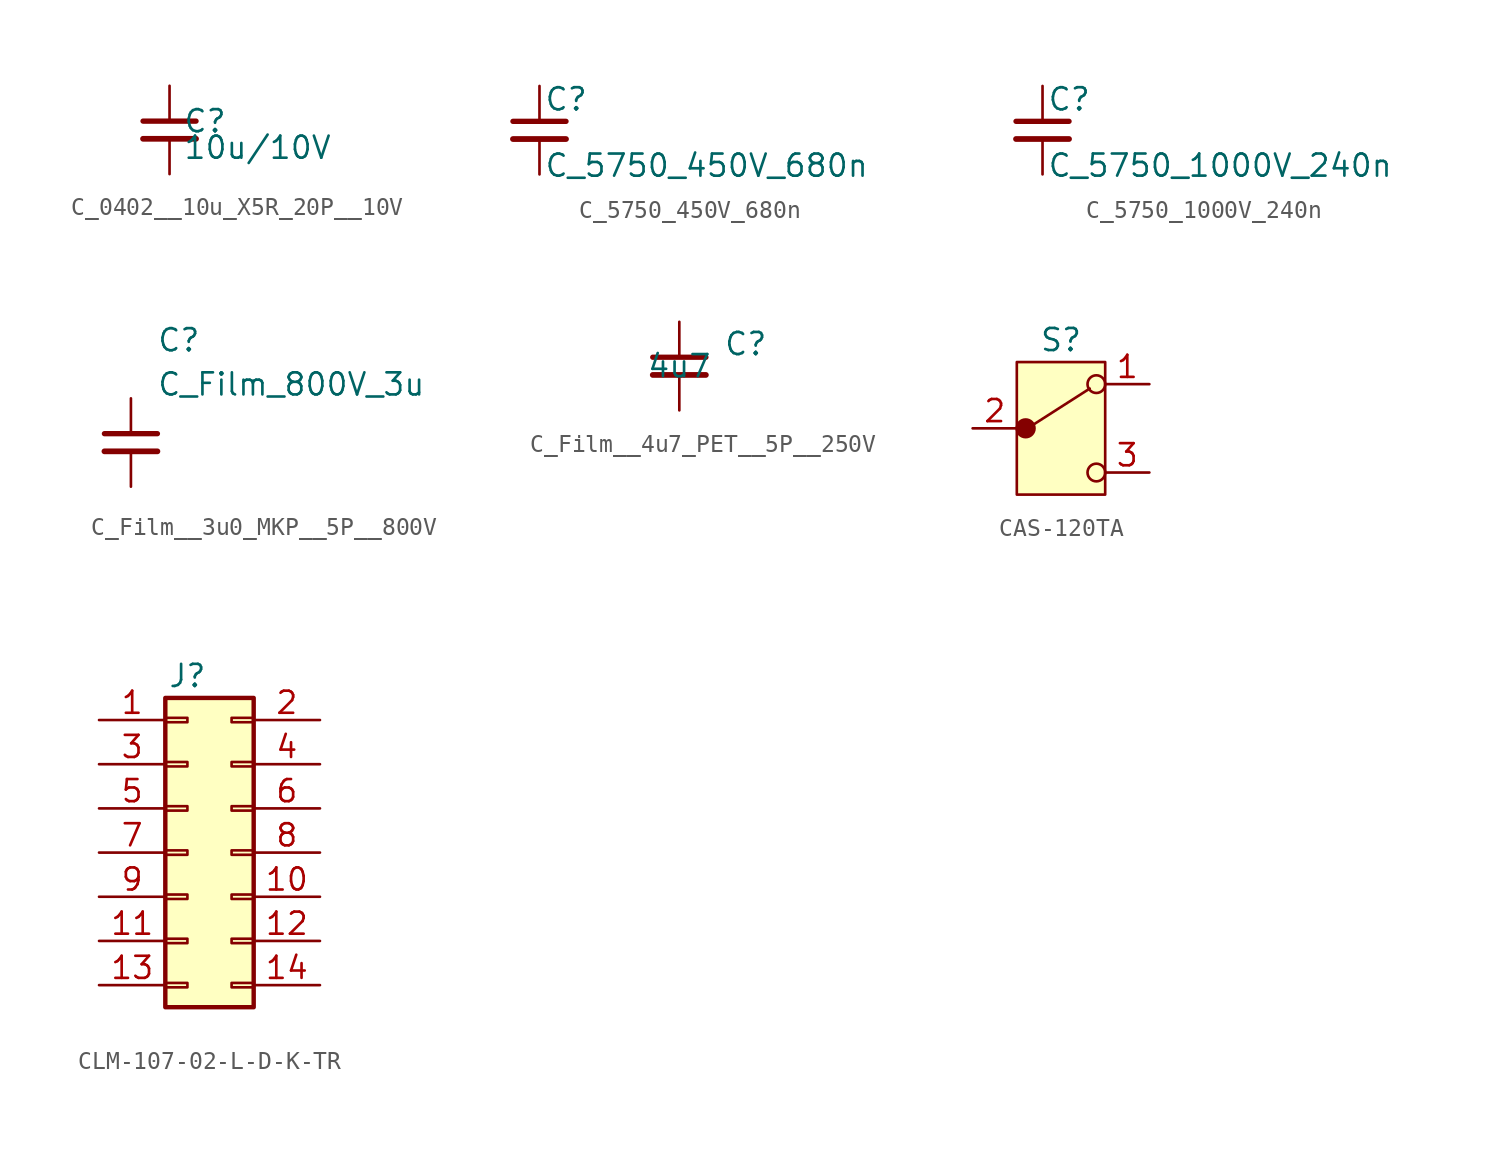
<source format=kicad_sym>
(kicad_symbol_lib
  (version 20220914)
  (generator kicad_symbol_editor)
  (symbol "C_0402__10u_X5R_20P__10V"
    (pin_numbers hide)
    (pin_names
      (offset 0.254) hide)
    (property "Reference" "C"
      (at 0.762 0.508 0)
      (effects (font (size 1.27 1.27)) (justify left)))
    (property "Value" "10u/10V"
      (at 0.762 -1.016 0)
      (effects (font (size 1.27 1.27)) (justify left)))
    (symbol "C_0402__10u_X5R_20P__10V_0_1"
      (polyline (pts (xy -1.524 -0.508) (xy 1.524 -0.508)) (stroke (width 0.33) (type default)) (fill (type none)))
      (polyline (pts (xy -1.524 0.508) (xy 1.524 0.508)) (stroke (width 0.305) (type default)) (fill (type none))))
    (symbol "C_0402__10u_X5R_20P__10V_1_1"
      (pin passive line (at 0 2.54 270) (length 2.032) (name "1" (effects (font (size 1.27 1.27)))) (number "1" (effects (font (size 1.27 1.27)))))
      (pin passive line (at 0 -2.54 90) (length 2.032) (name "2" (effects (font (size 1.27 1.27)))) (number "2" (effects (font (size 1.27 1.27)))))))
  (symbol "C_5750_450V_680n"
    (pin_numbers hide)
    (pin_names
      (offset 0.254) hide)
    (property "Reference" "C"
      (at 0.254 1.778 0)
      (effects (font (size 1.27 1.27)) (justify left)))
    (property "Value" "C_5750_450V_680n"
      (at 0.254 -2.032 0)
      (effects (font (size 1.27 1.27)) (justify left)))
    (symbol "C_5750_450V_680n_0_1"
      (polyline (pts (xy -1.524 -0.508) (xy 1.524 -0.508)) (stroke (width 0.33) (type default)) (fill (type none)))
      (polyline (pts (xy -1.524 0.508) (xy 1.524 0.508)) (stroke (width 0.305) (type default)) (fill (type none))))
    (symbol "C_5750_450V_680n_1_1"
      (pin passive line (at 0 2.54 270) (length 2.032) (name "1" (effects (font (size 1.27 1.27)))) (number "1" (effects (font (size 1.27 1.27)))))
      (pin passive line (at 0 -2.54 90) (length 2.032) (name "2" (effects (font (size 1.27 1.27)))) (number "2" (effects (font (size 1.27 1.27)))))))
  (symbol "C_5750_1000V_240n"
    (pin_numbers hide)
    (pin_names
      (offset 0.254) hide)
    (property "Reference" "C"
      (at 0.254 1.778 0)
      (effects (font (size 1.27 1.27)) (justify left)))
    (property "Value" "C_5750_1000V_240n"
      (at 0.254 -2.032 0)
      (effects (font (size 1.27 1.27)) (justify left)))
    (symbol "C_5750_1000V_240n_0_1"
      (polyline (pts (xy -1.524 -0.508) (xy 1.524 -0.508)) (stroke (width 0.33) (type default)) (fill (type none)))
      (polyline (pts (xy -1.524 0.508) (xy 1.524 0.508)) (stroke (width 0.305) (type default)) (fill (type none))))
    (symbol "C_5750_1000V_240n_1_1"
      (pin passive line (at 0 2.54 270) (length 2.032) (name "1" (effects (font (size 1.27 1.27)))) (number "1" (effects (font (size 1.27 1.27)))))
      (pin passive line (at 0 -2.54 90) (length 2.032) (name "2" (effects (font (size 1.27 1.27)))) (number "2" (effects (font (size 1.27 1.27)))))))
  (symbol "C_Film__3u0_MKP__5P__800V"
    (pin_numbers hide)
    (pin_names hide)
    (property "Reference" "C"
      (at 1.473 6.68 0)
      (effects (font (size 1.27 1.27)) (justify left top)))
    (property "Value" "C_Film_800V_3u"
      (at 1.473 4.14 0)
      (effects (font (size 1.27 1.27)) (justify left top)))
    (symbol "C_Film__3u0_MKP__5P__800V_0_1"
      (polyline (pts (xy -1.524 -0.457) (xy 1.524 -0.457)) (stroke (width 0.33) (type default)) (fill (type none)))
      (polyline (pts (xy -1.524 0.559) (xy 1.524 0.559)) (stroke (width 0.305) (type default)) (fill (type none))))
    (symbol "C_Film__3u0_MKP__5P__800V_1_1"
      (pin passive line (at 0 2.591 270) (length 2.032) (name "1" (effects (font (size 1.27 1.27)))) (number "1" (effects (font (size 1.27 1.27)))))
      (pin passive line (at 0 -2.489 90) (length 2.032) (name "2" (effects (font (size 1.27 1.27)))) (number "2" (effects (font (size 1.27 1.27)))))))
  (symbol "C_Film__4u7_PET__5P__250V"
    (pin_numbers hide)
    (pin_names
      (offset 0) hide)
    (property "Reference" "C"
      (at 3.81 1.27 0)
      (effects (font (size 1.27 1.27))))
    (property "Value" "4u7"
      (at 0 0 0)
      (effects (font (size 1.27 1.27))))
    (symbol "C_Film__4u7_PET__5P__250V_0_1"
      (polyline (pts (xy -1.524 -0.508) (xy 1.524 -0.508)) (stroke (width 0.33) (type default)) (fill (type none)))
      (polyline (pts (xy -1.524 0.508) (xy 1.524 0.508)) (stroke (width 0.305) (type default)) (fill (type none))))
    (symbol "C_Film__4u7_PET__5P__250V_1_1"
      (pin passive line (at 0 2.54 270) (length 2.032) (name "1" (effects (font (size 1.27 1.27)))) (number "1" (effects (font (size 1.27 1.27)))))
      (pin passive line (at 0 -2.54 90) (length 2.032) (name "2" (effects (font (size 1.27 1.27)))) (number "2" (effects (font (size 1.27 1.27)))))))
  (symbol "CAS-120TA"
    (pin_names hide)
    (property "Reference" "S"
      (at 0 5.08 0)
      (effects (font (size 1.27 1.27))))
    (symbol "CAS-120TA_1_1"
      (circle (center -2.032 0) (radius 0.508) (stroke (width 0) (type default)) (fill (type outline)))
      (polyline (pts (xy -1.524 0.254) (xy 1.651 2.286)) (stroke (width 0) (type default)) (fill (type none)))
      (circle (center 2.032 -2.54) (radius 0.508) (stroke (width 0) (type default)) (fill (type none)))
      (circle (center 2.032 2.54) (radius 0.508) (stroke (width 0) (type default)) (fill (type none)))
      (rectangle (start 2.54 -3.81) (end -2.54 3.81) (stroke (width 0) (type default)) (fill (type background)))
      (pin passive line (at 5.08 2.54 180) (length 2.54) (name "1" (effects (font (size 1.27 1.27)))) (number "1" (effects (font (size 1.27 1.27)))))
      (pin passive line (at -5.08 0 0) (length 2.54) (name "2" (effects (font (size 1.27 1.27)))) (number "2" (effects (font (size 1.27 1.27)))))
      (pin passive line (at 5.08 -2.54 180) (length 2.54) (name "3" (effects (font (size 1.27 1.27)))) (number "3" (effects (font (size 1.27 1.27)))))))
  (symbol "CLM-107-02-L-D-K-TR"
    (pin_names hide)
    (property "Reference" "J"
      (at -1.27 12.7 0)
      (effects (font (size 1.27 1.27))))
    (symbol "CLM-107-02-L-D-K-TR_1_1"
      (rectangle (start -2.54 -4.953) (end -1.27 -5.207) (stroke (width 0.152) (type default)) (fill (type none)))
      (rectangle (start -2.54 -2.413) (end -1.27 -2.667) (stroke (width 0.152) (type default)) (fill (type none)))
      (rectangle (start -2.54 0.127) (end -1.27 -0.127) (stroke (width 0.152) (type default)) (fill (type none)))
      (rectangle (start -2.54 2.667) (end -1.27 2.413) (stroke (width 0.152) (type default)) (fill (type none)))
      (rectangle (start -2.54 5.207) (end -1.27 4.953) (stroke (width 0.152) (type default)) (fill (type none)))
      (rectangle (start -2.54 7.747) (end -1.27 7.493) (stroke (width 0.152) (type default)) (fill (type none)))
      (rectangle (start -2.54 10.287) (end -1.27 10.033) (stroke (width 0.152) (type default)) (fill (type none)))
      (rectangle (start -2.54 11.43) (end 2.54 -6.35) (stroke (width 0.254) (type default)) (fill (type background)))
      (rectangle (start 2.54 -4.953) (end 1.27 -5.207) (stroke (width 0.152) (type default)) (fill (type none)))
      (rectangle (start 2.54 -2.413) (end 1.27 -2.667) (stroke (width 0.152) (type default)) (fill (type none)))
      (rectangle (start 2.54 0.127) (end 1.27 -0.127) (stroke (width 0.152) (type default)) (fill (type none)))
      (rectangle (start 2.54 2.667) (end 1.27 2.413) (stroke (width 0.152) (type default)) (fill (type none)))
      (rectangle (start 2.54 5.207) (end 1.27 4.953) (stroke (width 0.152) (type default)) (fill (type none)))
      (rectangle (start 2.54 7.747) (end 1.27 7.493) (stroke (width 0.152) (type default)) (fill (type none)))
      (rectangle (start 2.54 10.287) (end 1.27 10.033) (stroke (width 0.152) (type default)) (fill (type none)))
      (pin passive line (at -6.35 10.16 0) (length 3.81) (name "1" (effects (font (size 1.27 1.27)))) (number "1" (effects (font (size 1.27 1.27)))))
      (pin passive line (at 6.35 0 180) (length 3.81) (name "10" (effects (font (size 1.27 1.27)))) (number "10" (effects (font (size 1.27 1.27)))))
      (pin passive line (at -6.35 -2.54 0) (length 3.81) (name "11" (effects (font (size 1.27 1.27)))) (number "11" (effects (font (size 1.27 1.27)))))
      (pin passive line (at 6.35 -2.54 180) (length 3.81) (name "12" (effects (font (size 1.27 1.27)))) (number "12" (effects (font (size 1.27 1.27)))))
      (pin passive line (at -6.35 -5.08 0) (length 3.81) (name "13" (effects (font (size 1.27 1.27)))) (number "13" (effects (font (size 1.27 1.27)))))
      (pin passive line (at 6.35 -5.08 180) (length 3.81) (name "14" (effects (font (size 1.27 1.27)))) (number "14" (effects (font (size 1.27 1.27)))))
      (pin passive line (at 6.35 10.16 180) (length 3.81) (name "2" (effects (font (size 1.27 1.27)))) (number "2" (effects (font (size 1.27 1.27)))))
      (pin passive line (at -6.35 7.62 0) (length 3.81) (name "3" (effects (font (size 1.27 1.27)))) (number "3" (effects (font (size 1.27 1.27)))))
      (pin passive line (at 6.35 7.62 180) (length 3.81) (name "4" (effects (font (size 1.27 1.27)))) (number "4" (effects (font (size 1.27 1.27)))))
      (pin passive line (at -6.35 5.08 0) (length 3.81) (name "5" (effects (font (size 1.27 1.27)))) (number "5" (effects (font (size 1.27 1.27)))))
      (pin passive line (at 6.35 5.08 180) (length 3.81) (name "6" (effects (font (size 1.27 1.27)))) (number "6" (effects (font (size 1.27 1.27)))))
      (pin passive line (at -6.35 2.54 0) (length 3.81) (name "7" (effects (font (size 1.27 1.27)))) (number "7" (effects (font (size 1.27 1.27)))))
      (pin passive line (at 6.35 2.54 180) (length 3.81) (name "8" (effects (font (size 1.27 1.27)))) (number "8" (effects (font (size 1.27 1.27)))))
      (pin passive line (at -6.35 0 0) (length 3.81) (name "9" (effects (font (size 1.27 1.27)))) (number "9" (effects (font (size 1.27 1.27))))))))
</source>
